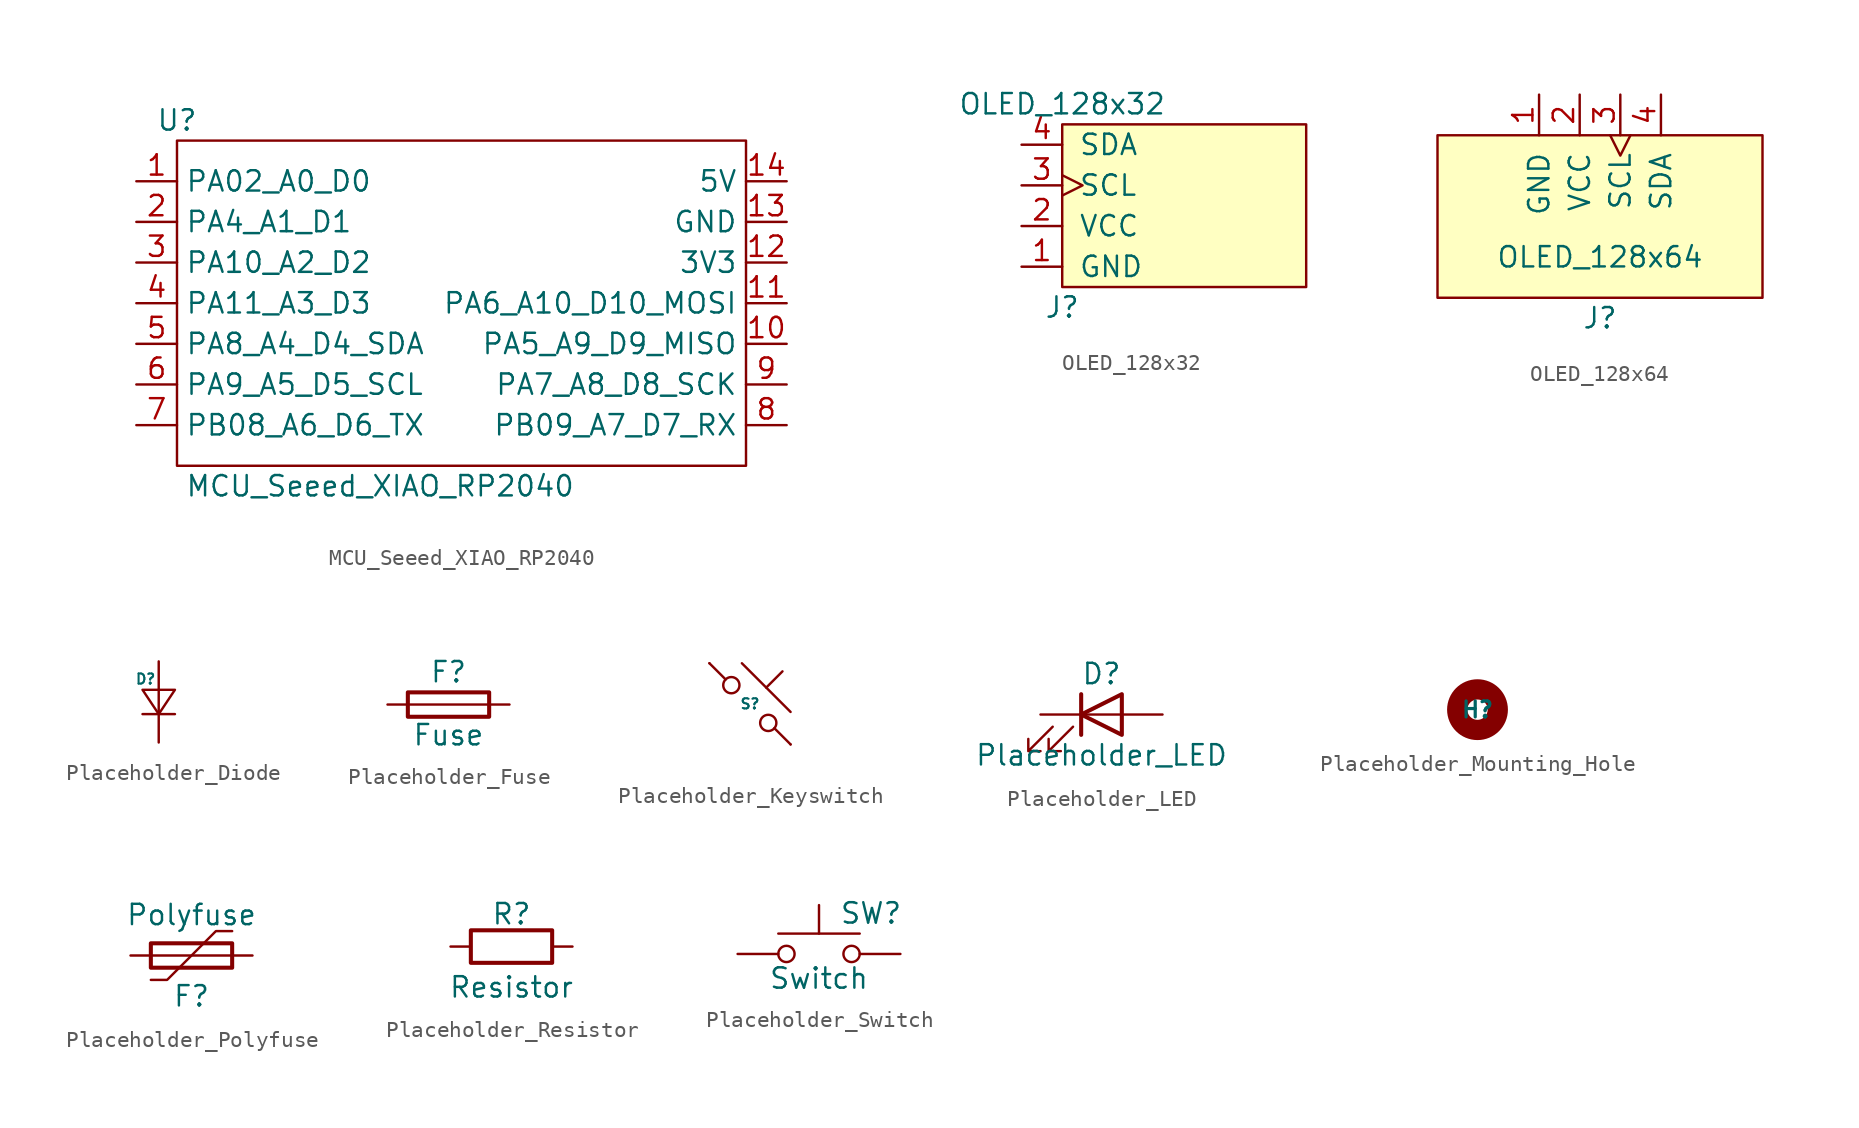
<source format=kicad_sym>
(kicad_symbol_lib
  (version 20241209)
  (generator "kicad_symbol_editor")
  (generator_version "9.0")
  (symbol "MCU_Seeed_XIAO_RP2040"
    (property "Reference" "U"
      (at -16.51 11.43 0)
      (effects (font (size 1.27 1.27))))
    (property "Value" "MCU_Seeed_XIAO_RP2040"
      (at -3.81 -11.43 0)
      (effects (font (size 1.27 1.27))))
    (symbol "MCU_Seeed_XIAO_RP2040_0_1"
      (rectangle (start -16.51 10.16) (end 19.05 -10.16) (stroke (width 0) (type default)) (fill (type none))))
    (symbol "MCU_Seeed_XIAO_RP2040_1_1"
      (pin passive line (at -19.05 7.62 0) (length 2.54) (name "PA02_A0_D0" (effects (font (size 1.27 1.27)))) (number "1" (effects (font (size 1.27 1.27)))))
      (pin passive line (at -19.05 5.08 0) (length 2.54) (name "PA4_A1_D1" (effects (font (size 1.27 1.27)))) (number "2" (effects (font (size 1.27 1.27)))))
      (pin passive line (at -19.05 2.54 0) (length 2.54) (name "PA10_A2_D2" (effects (font (size 1.27 1.27)))) (number "3" (effects (font (size 1.27 1.27)))))
      (pin passive line (at -19.05 0 0) (length 2.54) (name "PA11_A3_D3" (effects (font (size 1.27 1.27)))) (number "4" (effects (font (size 1.27 1.27)))))
      (pin passive line (at -19.05 -2.54 0) (length 2.54) (name "PA8_A4_D4_SDA" (effects (font (size 1.27 1.27)))) (number "5" (effects (font (size 1.27 1.27)))))
      (pin passive line (at -19.05 -5.08 0) (length 2.54) (name "PA9_A5_D5_SCL" (effects (font (size 1.27 1.27)))) (number "6" (effects (font (size 1.27 1.27)))))
      (pin passive line (at -19.05 -7.62 0) (length 2.54) (name "PB08_A6_D6_TX" (effects (font (size 1.27 1.27)))) (number "7" (effects (font (size 1.27 1.27)))))
      (pin passive line (at 21.59 7.62 180) (length 2.54) (name "5V" (effects (font (size 1.27 1.27)))) (number "14" (effects (font (size 1.27 1.27)))))
      (pin passive line (at 21.59 5.08 180) (length 2.54) (name "GND" (effects (font (size 1.27 1.27)))) (number "13" (effects (font (size 1.27 1.27)))))
      (pin passive line (at 21.59 2.54 180) (length 2.54) (name "3V3" (effects (font (size 1.27 1.27)))) (number "12" (effects (font (size 1.27 1.27)))))
      (pin passive line (at 21.59 0 180) (length 2.54) (name "PA6_A10_D10_MOSI" (effects (font (size 1.27 1.27)))) (number "11" (effects (font (size 1.27 1.27)))))
      (pin passive line (at 21.59 -2.54 180) (length 2.54) (name "PA5_A9_D9_MISO" (effects (font (size 1.27 1.27)))) (number "10" (effects (font (size 1.27 1.27)))))
      (pin passive line (at 21.59 -5.08 180) (length 2.54) (name "PA7_A8_D8_SCK" (effects (font (size 1.27 1.27)))) (number "9" (effects (font (size 1.27 1.27)))))
      (pin passive line (at 21.59 -7.62 180) (length 2.54) (name "PB09_A7_D7_RX" (effects (font (size 1.27 1.27)))) (number "8" (effects (font (size 1.27 1.27)))))))
  (symbol "OLED_128x32"
    (pin_names
      (offset 1.016))
    (property "Reference" "J"
      (at 0 -6.35 0)
      (effects (font (size 1.27 1.27))))
    (property "Value" "OLED_128x32"
      (at 0 6.35 0)
      (effects (font (size 1.27 1.27))))
    (symbol "OLED_128x32_0_1"
      (rectangle (start 0 5.08) (end 15.24 -5.08) (stroke (width 0) (type default)) (fill (type background))))
    (symbol "OLED_128x32_1_1"
      (pin bidirectional line (at -2.54 3.81 0) (length 2.54) (name "SDA" (effects (font (size 1.27 1.27)))) (number "4" (effects (font (size 1.27 1.27)))))
      (pin input clock (at -2.54 1.27 0) (length 2.54) (name "SCL" (effects (font (size 1.27 1.27)))) (number "3" (effects (font (size 1.27 1.27)))))
      (pin power_in line (at -2.54 -1.27 0) (length 2.54) (name "VCC" (effects (font (size 1.27 1.27)))) (number "2" (effects (font (size 1.27 1.27)))))
      (pin power_in line (at -2.54 -3.81 0) (length 2.54) (name "GND" (effects (font (size 1.27 1.27)))) (number "1" (effects (font (size 1.27 1.27)))))))
  (symbol "OLED_128x64"
    (pin_names
      (offset 1.016))
    (property "Reference" "J"
      (at 0 -11.43 0)
      (effects (font (size 1.27 1.27))))
    (property "Value" "OLED_128x64"
      (at 0 -7.62 0)
      (effects (font (size 1.27 1.27))))
    (symbol "OLED_128x64_0_1"
      (rectangle (start 10.16 -10.16) (end -10.16 0) (stroke (width 0) (type default)) (fill (type background))))
    (symbol "OLED_128x64_1_1"
      (pin power_in line (at -3.81 2.54 270) (length 2.54) (name "GND" (effects (font (size 1.27 1.27)))) (number "1" (effects (font (size 1.27 1.27)))))
      (pin power_in line (at -1.27 2.54 270) (length 2.54) (name "VCC" (effects (font (size 1.27 1.27)))) (number "2" (effects (font (size 1.27 1.27)))))
      (pin input clock (at 1.27 2.54 270) (length 2.54) (name "SCL" (effects (font (size 1.27 1.27)))) (number "3" (effects (font (size 1.27 1.27)))))
      (pin bidirectional line (at 3.81 2.54 270) (length 2.54) (name "SDA" (effects (font (size 1.27 1.27)))) (number "4" (effects (font (size 1.27 1.27)))))))
  (symbol "Placeholder_Diode"
    (pin_numbers
      (hide yes))
    (pin_names
      (hide yes))
    (property "Reference" "D"
      (at -0.15 1.066 0)
      (do_not_autoplace)
      (effects (font (size 0.635 0.635) (thickness 0.127) (bold yes)) (justify right bottom)))
    (property "Value" ""
      (at 2.54 0 90)
      (effects (font (size 1.27 1.27))))
    (symbol "Placeholder_Diode_0_1"
      (polyline (pts (xy 0 -0.762) (xy 0 0.762)) (stroke (width 0) (type default)) (fill (type none))))
    (symbol "Placeholder_Diode_1_1"
      (polyline (pts (xy 1.016 0.762) (xy 0 -0.762) (xy -1.016 0.762) (xy 1.016 0.762)) (stroke (width 0.152) (type default)) (fill (type none)))
      (polyline (pts (xy 1.016 -0.762) (xy -1.016 -0.762)) (stroke (width 0.152) (type default)) (fill (type none)))
      (pin passive line (at 0 2.54 270) (length 1.778) (name "A" (effects (font (size 1.27 1.27)))) (number "2" (effects (font (size 1.27 1.27)))))
      (pin passive line (at 0 -2.54 90) (length 1.778) (name "K" (effects (font (size 1.27 1.27)))) (number "1" (effects (font (size 1.27 1.27)))))))
  (symbol "Placeholder_Fuse"
    (pin_numbers
      (hide yes))
    (pin_names
      (offset 0))
    (property "Reference" "F"
      (at 0 2.032 0)
      (effects (font (size 1.27 1.27))))
    (property "Value" "Fuse"
      (at 0 -1.905 0)
      (effects (font (size 1.27 1.27))))
    (symbol "Placeholder_Fuse_0_1"
      (polyline (pts (xy -2.54 0) (xy 2.54 0)) (stroke (width 0) (type default)) (fill (type none)))
      (rectangle (start 2.54 -0.762) (end -2.54 0.762) (stroke (width 0.254) (type default)) (fill (type none))))
    (symbol "Placeholder_Fuse_1_1"
      (pin passive line (at -3.81 0 0) (length 1.27) (name "~" (effects (font (size 1.27 1.27)))) (number "1" (effects (font (size 1.27 1.27)))))
      (pin passive line (at 3.81 0 180) (length 1.27) (name "~" (effects (font (size 1.27 1.27)))) (number "2" (effects (font (size 1.27 1.27)))))))
  (symbol "Placeholder_Keyswitch"
    (pin_numbers
      (hide yes))
    (pin_names
      (offset 1.016)
      (hide yes))
    (property "Reference" "S"
      (at 0 0 0)
      (do_not_autoplace)
      (effects (font (size 0.635 0.635) (thickness 0.127) (bold yes))))
    (property "Value" ""
      (at 0 -3.81 0)
      (effects (font (size 1.27 1.27))))
    (symbol "Placeholder_Keyswitch_0_1"
      (polyline (pts (xy -2.54 2.54) (xy -1.524 1.524) (xy -1.524 1.524)) (stroke (width 0) (type default)) (fill (type none)))
      (circle (center -1.168 1.168) (radius 0.508) (stroke (width 0) (type default)) (fill (type none)))
      (polyline (pts (xy -0.508 2.54) (xy 2.54 -0.508)) (stroke (width 0) (type default)) (fill (type none)))
      (polyline (pts (xy 1.016 1.016) (xy 2.032 2.032)) (stroke (width 0) (type default)) (fill (type none)))
      (circle (center 1.143 -1.194) (radius 0.508) (stroke (width 0) (type default)) (fill (type none)))
      (polyline (pts (xy 1.524 -1.524) (xy 2.54 -2.54) (xy 2.54 -2.54) (xy 2.54 -2.54)) (stroke (width 0) (type default)) (fill (type none)))
      (pin passive line (at -2.54 2.54 0) (length 0) (name "1" (effects (font (size 1.27 1.27)))) (number "1" (effects (font (size 1.27 1.27)))))
      (pin passive line (at 2.54 -2.54 180) (length 0) (name "2" (effects (font (size 1.27 1.27)))) (number "2" (effects (font (size 1.27 1.27)))))))
  (symbol "Placeholder_LED"
    (pin_numbers
      (hide yes))
    (pin_names
      (offset 1.016)
      (hide yes))
    (property "Reference" "D"
      (at 0 2.54 0)
      (effects (font (size 1.27 1.27))))
    (property "Value" "Placeholder_LED"
      (at 0 -2.54 0)
      (effects (font (size 1.27 1.27))))
    (symbol "Placeholder_LED_0_1"
      (polyline (pts (xy -3.048 -0.762) (xy -4.572 -2.286) (xy -3.81 -2.286) (xy -4.572 -2.286) (xy -4.572 -1.524)) (stroke (width 0) (type default)) (fill (type none)))
      (polyline (pts (xy -1.778 -0.762) (xy -3.302 -2.286) (xy -2.54 -2.286) (xy -3.302 -2.286) (xy -3.302 -1.524)) (stroke (width 0) (type default)) (fill (type none)))
      (polyline (pts (xy -1.27 0) (xy 1.27 0)) (stroke (width 0) (type default)) (fill (type none)))
      (polyline (pts (xy -1.27 -1.27) (xy -1.27 1.27)) (stroke (width 0.254) (type default)) (fill (type none)))
      (polyline (pts (xy 1.27 -1.27) (xy 1.27 1.27) (xy -1.27 0) (xy 1.27 -1.27)) (stroke (width 0.254) (type default)) (fill (type none))))
    (symbol "Placeholder_LED_1_1"
      (pin passive line (at -3.81 0 0) (length 2.54) (name "K" (effects (font (size 1.27 1.27)))) (number "1" (effects (font (size 1.27 1.27)))))
      (pin passive line (at 3.81 0 180) (length 2.54) (name "A" (effects (font (size 1.27 1.27)))) (number "2" (effects (font (size 1.27 1.27)))))))
  (symbol "Placeholder_Mounting_Hole"
    (pin_names
      (offset 1.016))
    (property "Reference" "H"
      (at 0 0 0)
      (do_not_autoplace)
      (effects (font (size 1 1) (thickness 0.2) (bold yes))))
    (property "Value" ""
      (at 0 3.175 0)
      (effects (font (size 1.27 1.27))))
    (symbol "Placeholder_Mounting_Hole_0_1"
      (circle (center 0 0) (radius 1.27) (stroke (width 1.27) (type default)) (fill (type none)))))
  (symbol "Placeholder_Polyfuse"
    (pin_numbers
      (hide yes))
    (pin_names
      (offset 0))
    (property "Reference" "F"
      (at 0 -2.54 0)
      (effects (font (size 1.27 1.27))))
    (property "Value" "Polyfuse"
      (at 0 2.54 0)
      (effects (font (size 1.27 1.27))))
    (symbol "Placeholder_Polyfuse_0_1"
      (polyline (pts (xy -2.54 0) (xy 2.54 0)) (stroke (width 0) (type default)) (fill (type none)))
      (rectangle (start -2.54 -0.762) (end 2.54 0.762) (stroke (width 0.254) (type default)) (fill (type none)))
      (polyline (pts (xy -2.54 -1.524) (xy -1.524 -1.524) (xy 1.524 1.524) (xy 2.54 1.524)) (stroke (width 0) (type default)) (fill (type none))))
    (symbol "Placeholder_Polyfuse_1_1"
      (pin passive line (at -3.81 0 0) (length 1.27) (name "~" (effects (font (size 1.27 1.27)))) (number "1" (effects (font (size 1.27 1.27)))))
      (pin passive line (at 3.81 0 180) (length 1.27) (name "~" (effects (font (size 1.27 1.27)))) (number "2" (effects (font (size 1.27 1.27)))))))
  (symbol "Placeholder_Resistor"
    (pin_numbers
      (hide yes))
    (pin_names
      (offset 0))
    (property "Reference" "R"
      (at 0 2.032 0)
      (effects (font (size 1.27 1.27))))
    (property "Value" "Resistor"
      (at 0 -2.54 0)
      (effects (font (size 1.27 1.27))))
    (symbol "Placeholder_Resistor_0_1"
      (rectangle (start 2.54 -1.016) (end -2.54 1.016) (stroke (width 0.254) (type default)) (fill (type none))))
    (symbol "Placeholder_Resistor_1_1"
      (pin passive line (at -3.81 0 0) (length 1.27) (name "~" (effects (font (size 1.27 1.27)))) (number "1" (effects (font (size 1.27 1.27)))))
      (pin passive line (at 3.81 0 180) (length 1.27) (name "~" (effects (font (size 1.27 1.27)))) (number "2" (effects (font (size 1.27 1.27)))))))
  (symbol "Placeholder_Switch"
    (pin_numbers
      (hide yes))
    (pin_names
      (offset 1.016)
      (hide yes))
    (property "Reference" "SW"
      (at 1.27 2.54 0)
      (effects (font (size 1.27 1.27)) (justify left)))
    (property "Value" "Switch"
      (at 0 -1.524 0)
      (effects (font (size 1.27 1.27))))
    (symbol "Placeholder_Switch_0_1"
      (circle (center -2.032 0) (radius 0.508) (stroke (width 0) (type default)) (fill (type none)))
      (polyline (pts (xy 0 1.27) (xy 0 3.048)) (stroke (width 0) (type default)) (fill (type none)))
      (circle (center 2.032 0) (radius 0.508) (stroke (width 0) (type default)) (fill (type none)))
      (polyline (pts (xy 2.54 1.27) (xy -2.54 1.27)) (stroke (width 0) (type default)) (fill (type none)))
      (pin passive line (at -5.08 0 0) (length 2.54) (name "1" (effects (font (size 1.27 1.27)))) (number "1" (effects (font (size 1.27 1.27)))))
      (pin passive line (at 5.08 0 180) (length 2.54) (name "2" (effects (font (size 1.27 1.27)))) (number "2" (effects (font (size 1.27 1.27))))))))
</source>
